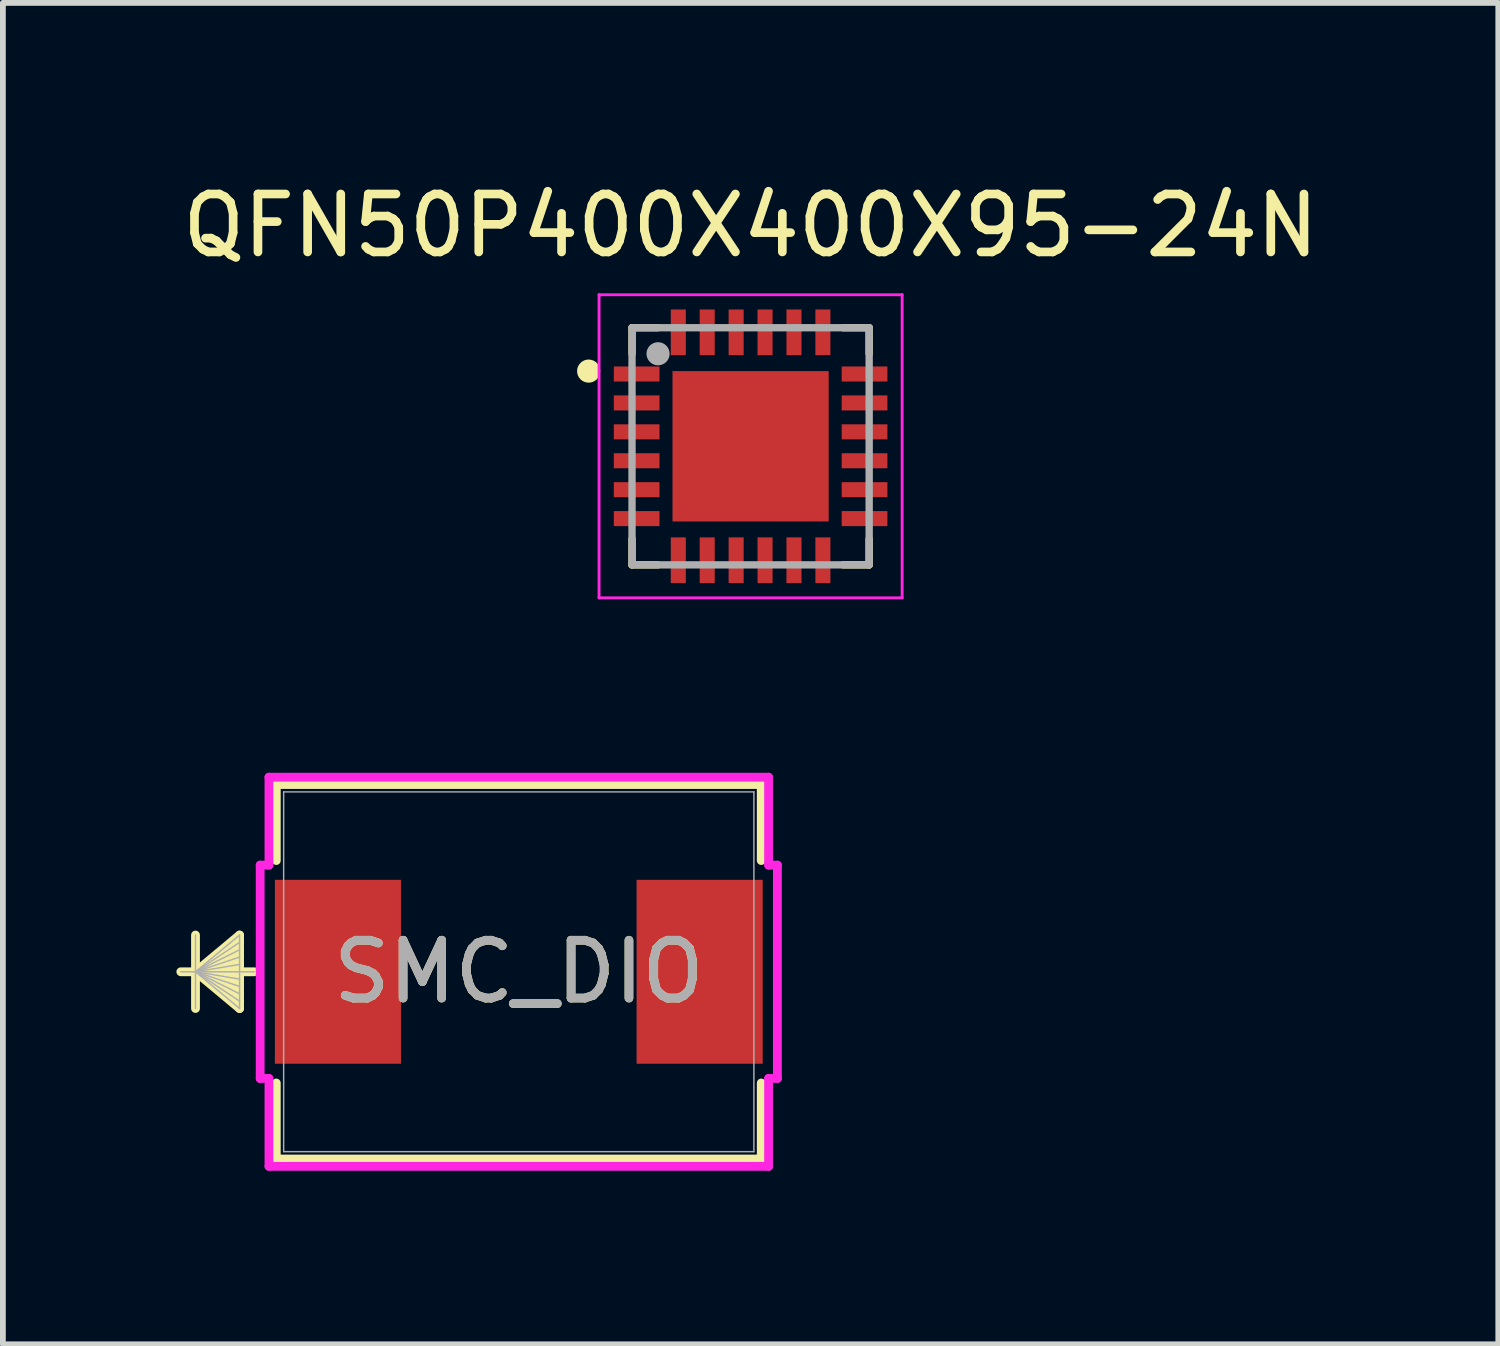
<source format=kicad_pcb>
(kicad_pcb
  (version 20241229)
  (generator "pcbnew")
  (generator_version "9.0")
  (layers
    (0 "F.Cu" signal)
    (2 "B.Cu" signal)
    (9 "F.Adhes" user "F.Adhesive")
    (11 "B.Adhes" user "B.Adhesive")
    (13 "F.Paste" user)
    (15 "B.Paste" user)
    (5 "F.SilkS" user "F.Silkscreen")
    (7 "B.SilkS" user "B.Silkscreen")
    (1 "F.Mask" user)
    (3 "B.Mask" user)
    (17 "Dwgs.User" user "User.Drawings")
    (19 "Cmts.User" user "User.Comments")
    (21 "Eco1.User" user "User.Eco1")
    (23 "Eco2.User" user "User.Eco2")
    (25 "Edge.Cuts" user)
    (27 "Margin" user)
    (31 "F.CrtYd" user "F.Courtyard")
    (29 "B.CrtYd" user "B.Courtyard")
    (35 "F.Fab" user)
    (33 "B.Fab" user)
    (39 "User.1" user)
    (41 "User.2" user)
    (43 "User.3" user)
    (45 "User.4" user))
  (footprint "QFN50P400X400X95-24N"
    (layer "F.Cu")
    (at 9.927 4.666)
    (property "Reference" "QFN50P400X400X95-24N" (at -0.00001 -3.816 0) (layer "F.SilkS") (effects (font (size 1.002 1.002) (thickness 0.15))))
    (attr smd)
    (fp_line (start -2.05 -2.05) (end -2.05 -1.6) (stroke (width 0.127) (type solid)) (layer "F.SilkS"))
    (fp_line (start -2.05 1.6) (end -2.05 2.05) (stroke (width 0.127) (type solid)) (layer "F.SilkS"))
    (fp_line (start -1.6 -2.05) (end -2.05 -2.05) (stroke (width 0.127) (type solid)) (layer "F.SilkS"))
    (fp_line (start -1.6 2.05) (end -2.05 2.05) (stroke (width 0.127) (type solid)) (layer "F.SilkS"))
    (fp_line (start 2.05 -2.05) (end 1.6 -2.05) (stroke (width 0.127) (type solid)) (layer "F.SilkS"))
    (fp_line (start 2.05 -2.05) (end 2.05 -1.6) (stroke (width 0.127) (type solid)) (layer "F.SilkS"))
    (fp_line (start 2.05 1.6) (end 2.05 2.05) (stroke (width 0.127) (type solid)) (layer "F.SilkS"))
    (fp_line (start 2.05 2.05) (end 1.6 2.05) (stroke (width 0.127) (type solid)) (layer "F.SilkS"))
    (fp_circle (center -2.8 -1.3) (end -2.7 -1.3) (stroke (width 0.2) (type solid)) (fill no) (layer "F.SilkS"))
    (fp_line (start -2.62 -2.62) (end 2.62 -2.62) (stroke (width 0.05) (type solid)) (layer "F.CrtYd"))
    (fp_line (start -2.62 2.62) (end -2.62 -2.62) (stroke (width 0.05) (type solid)) (layer "F.CrtYd"))
    (fp_line (start 2.62 -2.62) (end 2.62 2.62) (stroke (width 0.05) (type solid)) (layer "F.CrtYd"))
    (fp_line (start 2.62 2.62) (end -2.62 2.62) (stroke (width 0.05) (type solid)) (layer "F.CrtYd"))
    (fp_line (start -2.05 -2.05) (end 2.05 -2.05) (stroke (width 0.127) (type solid)) (layer "F.Fab"))
    (fp_line (start -2.05 2.05) (end -2.05 -2.05) (stroke (width 0.127) (type solid)) (layer "F.Fab"))
    (fp_line (start 2.05 -2.05) (end 2.05 2.05) (stroke (width 0.127) (type solid)) (layer "F.Fab"))
    (fp_line (start 2.05 2.05) (end -2.05 2.05) (stroke (width 0.127) (type solid)) (layer "F.Fab"))
    (fp_circle (center -1.6 -1.6) (end -1.5 -1.6) (stroke (width 0.2) (type solid)) (fill no) (layer "F.Fab"))
    (pad "1" smd rect (at -1.97 -1.25) (size 0.79 0.26) (layers "F.Cu" "F.Mask" "F.Paste"))
    (pad "2" smd rect (at -1.97 -0.75) (size 0.79 0.26) (layers "F.Cu" "F.Mask" "F.Paste"))
    (pad "3" smd rect (at -1.97 -0.25) (size 0.79 0.26) (layers "F.Cu" "F.Mask" "F.Paste"))
    (pad "4" smd rect (at -1.97 0.25) (size 0.79 0.26) (layers "F.Cu" "F.Mask" "F.Paste"))
    (pad "5" smd rect (at -1.97 0.75) (size 0.79 0.26) (layers "F.Cu" "F.Mask" "F.Paste"))
    (pad "6" smd rect (at -1.97 1.25) (size 0.79 0.26) (layers "F.Cu" "F.Mask" "F.Paste"))
    (pad "7" smd rect (at -1.25 1.97 90) (size 0.79 0.26) (layers "F.Cu" "F.Mask" "F.Paste"))
    (pad "8" smd rect (at -0.75 1.97 90) (size 0.79 0.26) (layers "F.Cu" "F.Mask" "F.Paste"))
    (pad "9" smd rect (at -0.25 1.97 90) (size 0.79 0.26) (layers "F.Cu" "F.Mask" "F.Paste"))
    (pad "10" smd rect (at 0.25 1.97 90) (size 0.79 0.26) (layers "F.Cu" "F.Mask" "F.Paste"))
    (pad "11" smd rect (at 0.75 1.97 90) (size 0.79 0.26) (layers "F.Cu" "F.Mask" "F.Paste"))
    (pad "12" smd rect (at 1.25 1.97 90) (size 0.79 0.26) (layers "F.Cu" "F.Mask" "F.Paste"))
    (pad "13" smd rect (at 1.97 1.25 180) (size 0.79 0.26) (layers "F.Cu" "F.Mask" "F.Paste"))
    (pad "14" smd rect (at 1.97 0.75 180) (size 0.79 0.26) (layers "F.Cu" "F.Mask" "F.Paste"))
    (pad "15" smd rect (at 1.97 0.25 180) (size 0.79 0.26) (layers "F.Cu" "F.Mask" "F.Paste"))
    (pad "16" smd rect (at 1.97 -0.25 180) (size 0.79 0.26) (layers "F.Cu" "F.Mask" "F.Paste"))
    (pad "17" smd rect (at 1.97 -0.75 180) (size 0.79 0.26) (layers "F.Cu" "F.Mask" "F.Paste"))
    (pad "18" smd rect (at 1.97 -1.25 180) (size 0.79 0.26) (layers "F.Cu" "F.Mask" "F.Paste"))
    (pad "19" smd rect (at 1.25 -1.97 270) (size 0.79 0.26) (layers "F.Cu" "F.Mask" "F.Paste"))
    (pad "20" smd rect (at 0.75 -1.97 270) (size 0.79 0.26) (layers "F.Cu" "F.Mask" "F.Paste"))
    (pad "21" smd rect (at 0.25 -1.97 270) (size 0.79 0.26) (layers "F.Cu" "F.Mask" "F.Paste"))
    (pad "22" smd rect (at -0.25 -1.97 270) (size 0.79 0.26) (layers "F.Cu" "F.Mask" "F.Paste"))
    (pad "23" smd rect (at -0.75 -1.97 270) (size 0.79 0.26) (layers "F.Cu" "F.Mask" "F.Paste"))
    (pad "24" smd rect (at -1.25 -1.97 270) (size 0.79 0.26) (layers "F.Cu" "F.Mask" "F.Paste"))
    (pad "25" smd rect (at 0 0) (size 2.7 2.6) (layers "F.Cu" "F.Mask" "F.Paste")))
  (footprint "SMC_DIO"
    (layer "F.Cu")
    (at 5.919 13.751)
    (property "Reference" "SMC_DIO" (at 0 0 0) (unlocked yes) (layer "F.SilkS") (effects (font (size 1 1) (thickness 0.15))))
    (attr smd)
    (fp_line (start -5.589 -0.635) (end -5.589 0.635) (stroke (width 0.152) (type solid)) (layer "F.SilkS"))
    (fp_line (start -5.589 0) (end -4.827 -0.635) (stroke (width 0.152) (type solid)) (layer "F.SilkS"))
    (fp_line (start -5.589 0) (end -4.827 -0.508) (stroke (width 0.152) (type solid)) (layer "F.SilkS"))
    (fp_line (start -5.589 0) (end -4.827 -0.381) (stroke (width 0.152) (type solid)) (layer "F.SilkS"))
    (fp_line (start -5.589 0) (end -4.827 -0.254) (stroke (width 0.152) (type solid)) (layer "F.SilkS"))
    (fp_line (start -5.589 0) (end -4.827 -0.127) (stroke (width 0.152) (type solid)) (layer "F.SilkS"))
    (fp_line (start -5.589 0) (end -4.827 0.127) (stroke (width 0.152) (type solid)) (layer "F.SilkS"))
    (fp_line (start -5.589 0) (end -4.827 0.254) (stroke (width 0.152) (type solid)) (layer "F.SilkS"))
    (fp_line (start -5.589 0) (end -4.827 0.381) (stroke (width 0.152) (type solid)) (layer "F.SilkS"))
    (fp_line (start -5.589 0) (end -4.827 0.508) (stroke (width 0.152) (type solid)) (layer "F.SilkS"))
    (fp_line (start -5.589 0) (end -4.827 0.635) (stroke (width 0.152) (type solid)) (layer "F.SilkS"))
    (fp_line (start -4.827 -0.635) (end -4.827 0.635) (stroke (width 0.152) (type solid)) (layer "F.SilkS"))
    (fp_line (start -4.573 0) (end -5.843 0) (stroke (width 0.152) (type solid)) (layer "F.SilkS"))
    (fp_line (start -4.192 -3.237) (end -4.192 -1.923) (stroke (width 0.152) (type solid)) (layer "F.SilkS"))
    (fp_line (start -4.192 1.923) (end -4.192 3.237) (stroke (width 0.152) (type solid)) (layer "F.SilkS"))
    (fp_line (start -4.192 3.237) (end 4.192 3.237) (stroke (width 0.152) (type solid)) (layer "F.SilkS"))
    (fp_line (start 4.192 -3.237) (end -4.192 -3.237) (stroke (width 0.152) (type solid)) (layer "F.SilkS"))
    (fp_line (start 4.192 -1.923) (end 4.192 -3.237) (stroke (width 0.152) (type solid)) (layer "F.SilkS"))
    (fp_line (start 4.192 3.237) (end 4.192 1.923) (stroke (width 0.152) (type solid)) (layer "F.SilkS"))
    (fp_line (start -4.471 -1.844) (end -4.319 -1.844) (stroke (width 0.152) (type solid)) (layer "F.CrtYd"))
    (fp_line (start -4.471 1.844) (end -4.471 -1.844) (stroke (width 0.152) (type solid)) (layer "F.CrtYd"))
    (fp_line (start -4.319 -3.364) (end 4.319 -3.364) (stroke (width 0.152) (type solid)) (layer "F.CrtYd"))
    (fp_line (start -4.319 -1.844) (end -4.319 -3.364) (stroke (width 0.152) (type solid)) (layer "F.CrtYd"))
    (fp_line (start -4.319 1.844) (end -4.471 1.844) (stroke (width 0.152) (type solid)) (layer "F.CrtYd"))
    (fp_line (start -4.319 3.364) (end -4.319 1.844) (stroke (width 0.152) (type solid)) (layer "F.CrtYd"))
    (fp_line (start 4.319 -3.364) (end 4.319 -1.844) (stroke (width 0.152) (type solid)) (layer "F.CrtYd"))
    (fp_line (start 4.319 -1.844) (end 4.471 -1.844) (stroke (width 0.152) (type solid)) (layer "F.CrtYd"))
    (fp_line (start 4.319 1.844) (end 4.319 3.364) (stroke (width 0.152) (type solid)) (layer "F.CrtYd"))
    (fp_line (start 4.319 3.364) (end -4.319 3.364) (stroke (width 0.152) (type solid)) (layer "F.CrtYd"))
    (fp_line (start 4.471 -1.844) (end 4.471 1.844) (stroke (width 0.152) (type solid)) (layer "F.CrtYd"))
    (fp_line (start 4.471 1.844) (end 4.319 1.844) (stroke (width 0.152) (type solid)) (layer "F.CrtYd"))
    (fp_line (start -5.589 -0.635) (end -5.589 0.635) (stroke (width 0.025) (type solid)) (layer "F.Fab"))
    (fp_line (start -5.589 0) (end -4.827 -0.635) (stroke (width 0.025) (type solid)) (layer "F.Fab"))
    (fp_line (start -5.589 0) (end -4.827 -0.508) (stroke (width 0.025) (type solid)) (layer "F.Fab"))
    (fp_line (start -5.589 0) (end -4.827 -0.381) (stroke (width 0.025) (type solid)) (layer "F.Fab"))
    (fp_line (start -5.589 0) (end -4.827 -0.254) (stroke (width 0.025) (type solid)) (layer "F.Fab"))
    (fp_line (start -5.589 0) (end -4.827 -0.127) (stroke (width 0.025) (type solid)) (layer "F.Fab"))
    (fp_line (start -5.589 0) (end -4.827 0.127) (stroke (width 0.025) (type solid)) (layer "F.Fab"))
    (fp_line (start -5.589 0) (end -4.827 0.254) (stroke (width 0.025) (type solid)) (layer "F.Fab"))
    (fp_line (start -5.589 0) (end -4.827 0.381) (stroke (width 0.025) (type solid)) (layer "F.Fab"))
    (fp_line (start -5.589 0) (end -4.827 0.508) (stroke (width 0.025) (type solid)) (layer "F.Fab"))
    (fp_line (start -5.589 0) (end -4.827 0.635) (stroke (width 0.025) (type solid)) (layer "F.Fab"))
    (fp_line (start -4.827 -0.635) (end -4.827 0.635) (stroke (width 0.025) (type solid)) (layer "F.Fab"))
    (fp_line (start -4.573 0) (end -5.843 0) (stroke (width 0.025) (type solid)) (layer "F.Fab"))
    (fp_line (start -4.065 -3.11) (end -4.065 3.11) (stroke (width 0.025) (type solid)) (layer "F.Fab"))
    (fp_line (start -4.065 3.11) (end 4.065 3.11) (stroke (width 0.025) (type solid)) (layer "F.Fab"))
    (fp_line (start 4.065 -3.11) (end -4.065 -3.11) (stroke (width 0.025) (type solid)) (layer "F.Fab"))
    (fp_line (start 4.065 3.11) (end 4.065 -3.11) (stroke (width 0.025) (type solid)) (layer "F.Fab"))
    (fp_text user "${REFERENCE}" (at 0 0 0) (unlocked yes) (layer "F.Fab") (effects (font (size 1 1) (thickness 0.15))))
    (pad "1" smd rect (at -3.127 0 90) (size 3.18 2.18) (layers "F.Cu" "F.Mask" "F.Paste"))
    (pad "2" smd rect (at 3.127 0 90) (size 3.18 2.18) (layers "F.Cu" "F.Mask" "F.Paste"))
    (zone (net_name "") (layer "F.Cu") (hatch full 0.508) (connect_pads) (min_thickness 0.254) (filled_areas_thickness no) (keepout (tracks not_allowed) (vias not_allowed) (pads allowed) (copperpour not_allowed) (footprints allowed)) (placement (enabled no)) (fill) (polygon (pts (xy 1.905 10.692) (xy 9.933 10.692) (xy 9.933 12.11) (xy 1.905 12.11))))
    (zone (net_name "") (layer "F.Cu") (hatch full 0.508) (connect_pads) (min_thickness 0.254) (filled_areas_thickness no) (keepout (tracks not_allowed) (vias not_allowed) (pads allowed) (copperpour not_allowed) (footprints allowed)) (placement (enabled no)) (fill) (polygon (pts (xy 1.905 15.392) (xy 9.933 15.392) (xy 9.933 16.81) (xy 1.905 16.81))))
    (zone (net_name "") (layer "F.Cu") (hatch full 0.508) (connect_pads) (min_thickness 0.254) (filled_areas_thickness no) (keepout (tracks not_allowed) (vias not_allowed) (pads allowed) (copperpour not_allowed) (footprints allowed)) (placement (enabled no)) (fill) (polygon (pts (xy 3.933 12.11) (xy 7.905 12.11) (xy 7.905 15.392) (xy 3.933 15.392)))))
  (gr_rect
    (start -3 -3)
    (end 22.854 20.191)
    (stroke (width 0.1) (type default))
    (fill no)
    (layer "Edge.Cuts")))
</source>
